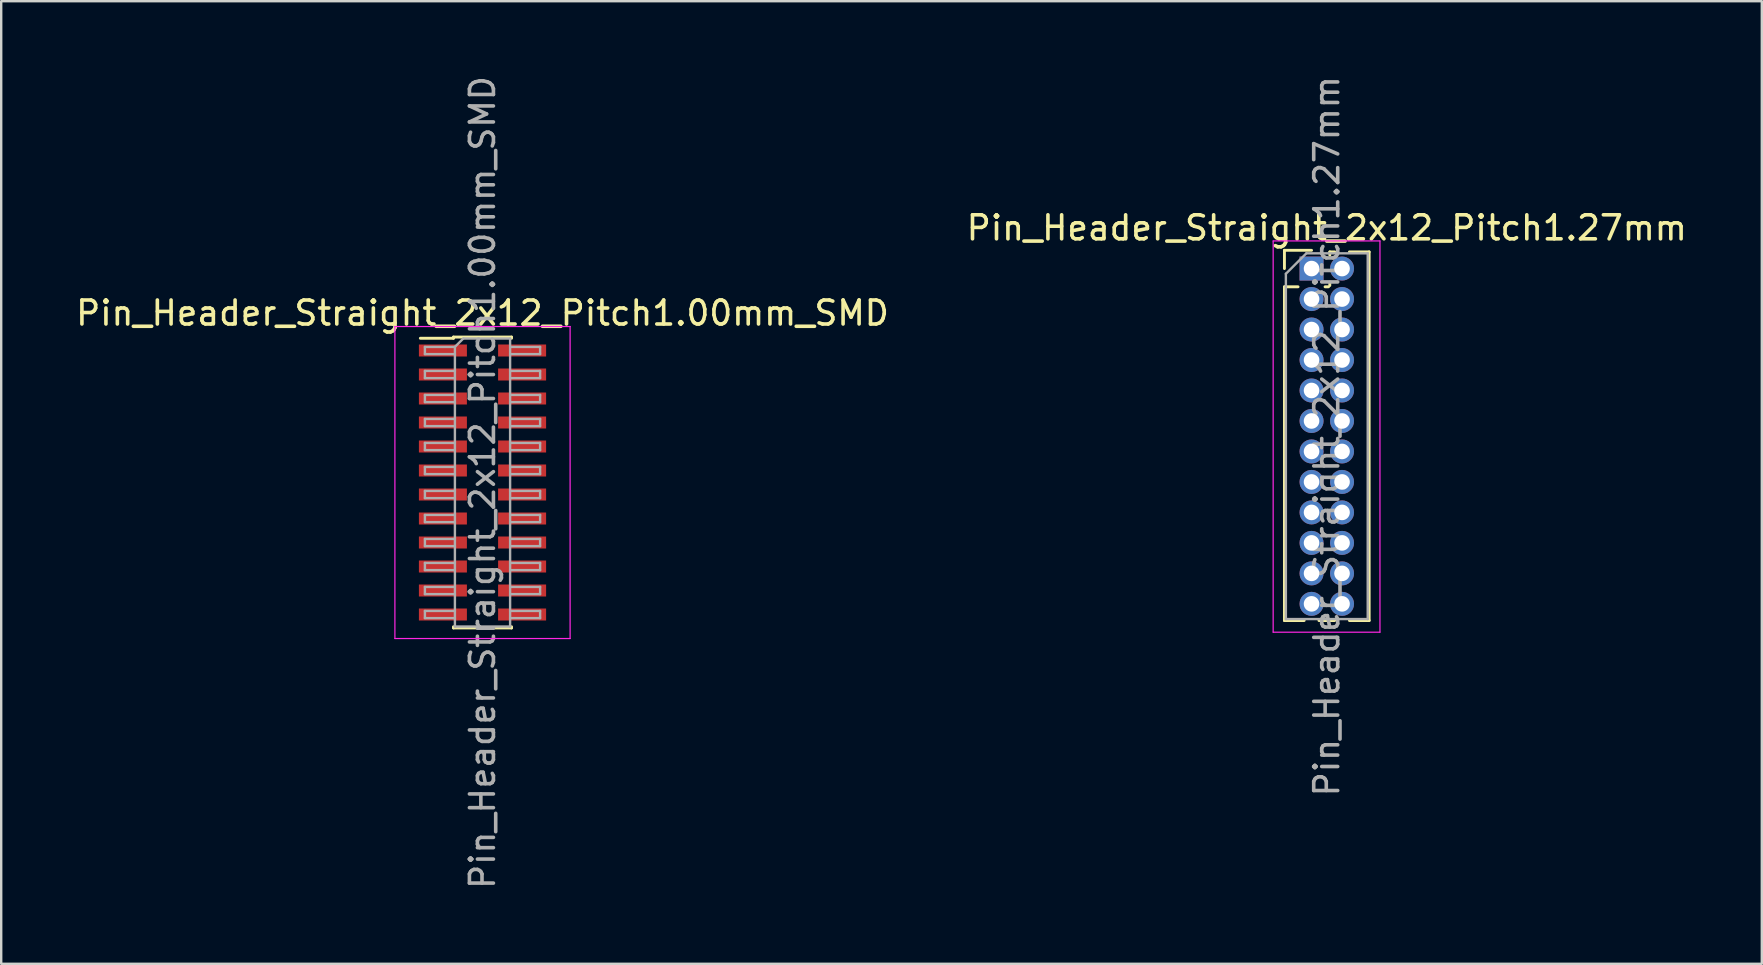
<source format=kicad_pcb>
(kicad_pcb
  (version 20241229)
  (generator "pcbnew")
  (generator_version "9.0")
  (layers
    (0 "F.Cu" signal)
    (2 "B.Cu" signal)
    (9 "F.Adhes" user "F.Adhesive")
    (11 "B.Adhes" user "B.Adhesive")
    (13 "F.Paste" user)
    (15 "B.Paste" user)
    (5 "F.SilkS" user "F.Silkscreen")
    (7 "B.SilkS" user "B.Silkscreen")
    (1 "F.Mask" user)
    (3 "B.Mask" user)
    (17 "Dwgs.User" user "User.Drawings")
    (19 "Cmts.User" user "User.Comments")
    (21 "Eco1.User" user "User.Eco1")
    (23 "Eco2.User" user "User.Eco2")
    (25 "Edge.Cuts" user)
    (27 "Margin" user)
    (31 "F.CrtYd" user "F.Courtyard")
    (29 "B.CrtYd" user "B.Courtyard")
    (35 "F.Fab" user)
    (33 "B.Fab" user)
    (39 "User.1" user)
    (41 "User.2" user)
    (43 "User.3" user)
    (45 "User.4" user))
  (footprint "Pin_Header_Straight_2x12_Pitch1.00mm_SMD"
    (layer "F.Cu")
    (at 17.054 17.054)
    (property "Reference" "Pin_Header_Straight_2x12_Pitch1.00mm_SMD" (at 0 -7.06 0) (layer "F.SilkS") (effects (font (size 1 1) (thickness 0.15))))
    (attr smd)
    (fp_line (start -2.59 -6.01) (end -1.21 -6.01) (stroke (width 0.12) (type solid)) (layer "F.SilkS"))
    (fp_line (start -1.21 -6.06) (end -1.21 -6.01) (stroke (width 0.12) (type solid)) (layer "F.SilkS"))
    (fp_line (start -1.21 -6.06) (end 1.21 -6.06) (stroke (width 0.12) (type solid)) (layer "F.SilkS"))
    (fp_line (start -1.21 6.01) (end -1.21 6.06) (stroke (width 0.12) (type solid)) (layer "F.SilkS"))
    (fp_line (start -1.21 6.06) (end 1.21 6.06) (stroke (width 0.12) (type solid)) (layer "F.SilkS"))
    (fp_line (start 1.21 -6.06) (end 1.21 -6.01) (stroke (width 0.12) (type solid)) (layer "F.SilkS"))
    (fp_line (start 1.21 6.01) (end 1.21 6.06) (stroke (width 0.12) (type solid)) (layer "F.SilkS"))
    (fp_line (start -3.65 -6.5) (end -3.65 6.5) (stroke (width 0.05) (type solid)) (layer "F.CrtYd"))
    (fp_line (start -3.65 6.5) (end 3.65 6.5) (stroke (width 0.05) (type solid)) (layer "F.CrtYd"))
    (fp_line (start 3.65 -6.5) (end -3.65 -6.5) (stroke (width 0.05) (type solid)) (layer "F.CrtYd"))
    (fp_line (start 3.65 6.5) (end 3.65 -6.5) (stroke (width 0.05) (type solid)) (layer "F.CrtYd"))
    (fp_line (start -2.4 -5.65) (end -2.4 -5.35) (stroke (width 0.1) (type solid)) (layer "F.Fab"))
    (fp_line (start -2.4 -5.35) (end -1.15 -5.35) (stroke (width 0.1) (type solid)) (layer "F.Fab"))
    (fp_line (start -2.4 -4.65) (end -2.4 -4.35) (stroke (width 0.1) (type solid)) (layer "F.Fab"))
    (fp_line (start -2.4 -4.35) (end -1.15 -4.35) (stroke (width 0.1) (type solid)) (layer "F.Fab"))
    (fp_line (start -2.4 -3.65) (end -2.4 -3.35) (stroke (width 0.1) (type solid)) (layer "F.Fab"))
    (fp_line (start -2.4 -3.35) (end -1.15 -3.35) (stroke (width 0.1) (type solid)) (layer "F.Fab"))
    (fp_line (start -2.4 -2.65) (end -2.4 -2.35) (stroke (width 0.1) (type solid)) (layer "F.Fab"))
    (fp_line (start -2.4 -2.35) (end -1.15 -2.35) (stroke (width 0.1) (type solid)) (layer "F.Fab"))
    (fp_line (start -2.4 -1.65) (end -2.4 -1.35) (stroke (width 0.1) (type solid)) (layer "F.Fab"))
    (fp_line (start -2.4 -1.35) (end -1.15 -1.35) (stroke (width 0.1) (type solid)) (layer "F.Fab"))
    (fp_line (start -2.4 -0.65) (end -2.4 -0.35) (stroke (width 0.1) (type solid)) (layer "F.Fab"))
    (fp_line (start -2.4 -0.35) (end -1.15 -0.35) (stroke (width 0.1) (type solid)) (layer "F.Fab"))
    (fp_line (start -2.4 0.35) (end -2.4 0.65) (stroke (width 0.1) (type solid)) (layer "F.Fab"))
    (fp_line (start -2.4 0.65) (end -1.15 0.65) (stroke (width 0.1) (type solid)) (layer "F.Fab"))
    (fp_line (start -2.4 1.35) (end -2.4 1.65) (stroke (width 0.1) (type solid)) (layer "F.Fab"))
    (fp_line (start -2.4 1.65) (end -1.15 1.65) (stroke (width 0.1) (type solid)) (layer "F.Fab"))
    (fp_line (start -2.4 2.35) (end -2.4 2.65) (stroke (width 0.1) (type solid)) (layer "F.Fab"))
    (fp_line (start -2.4 2.65) (end -1.15 2.65) (stroke (width 0.1) (type solid)) (layer "F.Fab"))
    (fp_line (start -2.4 3.35) (end -2.4 3.65) (stroke (width 0.1) (type solid)) (layer "F.Fab"))
    (fp_line (start -2.4 3.65) (end -1.15 3.65) (stroke (width 0.1) (type solid)) (layer "F.Fab"))
    (fp_line (start -2.4 4.35) (end -2.4 4.65) (stroke (width 0.1) (type solid)) (layer "F.Fab"))
    (fp_line (start -2.4 4.65) (end -1.15 4.65) (stroke (width 0.1) (type solid)) (layer "F.Fab"))
    (fp_line (start -2.4 5.35) (end -2.4 5.65) (stroke (width 0.1) (type solid)) (layer "F.Fab"))
    (fp_line (start -2.4 5.65) (end -1.15 5.65) (stroke (width 0.1) (type solid)) (layer "F.Fab"))
    (fp_line (start -1.15 -5.65) (end -2.4 -5.65) (stroke (width 0.1) (type solid)) (layer "F.Fab"))
    (fp_line (start -1.15 -5.65) (end -0.8 -6) (stroke (width 0.1) (type solid)) (layer "F.Fab"))
    (fp_line (start -1.15 -4.65) (end -2.4 -4.65) (stroke (width 0.1) (type solid)) (layer "F.Fab"))
    (fp_line (start -1.15 -3.65) (end -2.4 -3.65) (stroke (width 0.1) (type solid)) (layer "F.Fab"))
    (fp_line (start -1.15 -2.65) (end -2.4 -2.65) (stroke (width 0.1) (type solid)) (layer "F.Fab"))
    (fp_line (start -1.15 -1.65) (end -2.4 -1.65) (stroke (width 0.1) (type solid)) (layer "F.Fab"))
    (fp_line (start -1.15 -0.65) (end -2.4 -0.65) (stroke (width 0.1) (type solid)) (layer "F.Fab"))
    (fp_line (start -1.15 0.35) (end -2.4 0.35) (stroke (width 0.1) (type solid)) (layer "F.Fab"))
    (fp_line (start -1.15 1.35) (end -2.4 1.35) (stroke (width 0.1) (type solid)) (layer "F.Fab"))
    (fp_line (start -1.15 2.35) (end -2.4 2.35) (stroke (width 0.1) (type solid)) (layer "F.Fab"))
    (fp_line (start -1.15 3.35) (end -2.4 3.35) (stroke (width 0.1) (type solid)) (layer "F.Fab"))
    (fp_line (start -1.15 4.35) (end -2.4 4.35) (stroke (width 0.1) (type solid)) (layer "F.Fab"))
    (fp_line (start -1.15 5.35) (end -2.4 5.35) (stroke (width 0.1) (type solid)) (layer "F.Fab"))
    (fp_line (start -1.15 6) (end -1.15 -5.65) (stroke (width 0.1) (type solid)) (layer "F.Fab"))
    (fp_line (start -0.8 -6) (end 1.15 -6) (stroke (width 0.1) (type solid)) (layer "F.Fab"))
    (fp_line (start 1.15 -6) (end 1.15 6) (stroke (width 0.1) (type solid)) (layer "F.Fab"))
    (fp_line (start 1.15 -5.65) (end 2.4 -5.65) (stroke (width 0.1) (type solid)) (layer "F.Fab"))
    (fp_line (start 1.15 -4.65) (end 2.4 -4.65) (stroke (width 0.1) (type solid)) (layer "F.Fab"))
    (fp_line (start 1.15 -3.65) (end 2.4 -3.65) (stroke (width 0.1) (type solid)) (layer "F.Fab"))
    (fp_line (start 1.15 -2.65) (end 2.4 -2.65) (stroke (width 0.1) (type solid)) (layer "F.Fab"))
    (fp_line (start 1.15 -1.65) (end 2.4 -1.65) (stroke (width 0.1) (type solid)) (layer "F.Fab"))
    (fp_line (start 1.15 -0.65) (end 2.4 -0.65) (stroke (width 0.1) (type solid)) (layer "F.Fab"))
    (fp_line (start 1.15 0.35) (end 2.4 0.35) (stroke (width 0.1) (type solid)) (layer "F.Fab"))
    (fp_line (start 1.15 1.35) (end 2.4 1.35) (stroke (width 0.1) (type solid)) (layer "F.Fab"))
    (fp_line (start 1.15 2.35) (end 2.4 2.35) (stroke (width 0.1) (type solid)) (layer "F.Fab"))
    (fp_line (start 1.15 3.35) (end 2.4 3.35) (stroke (width 0.1) (type solid)) (layer "F.Fab"))
    (fp_line (start 1.15 4.35) (end 2.4 4.35) (stroke (width 0.1) (type solid)) (layer "F.Fab"))
    (fp_line (start 1.15 5.35) (end 2.4 5.35) (stroke (width 0.1) (type solid)) (layer "F.Fab"))
    (fp_line (start 1.15 6) (end -1.15 6) (stroke (width 0.1) (type solid)) (layer "F.Fab"))
    (fp_line (start 2.4 -5.65) (end 2.4 -5.35) (stroke (width 0.1) (type solid)) (layer "F.Fab"))
    (fp_line (start 2.4 -5.35) (end 1.15 -5.35) (stroke (width 0.1) (type solid)) (layer "F.Fab"))
    (fp_line (start 2.4 -4.65) (end 2.4 -4.35) (stroke (width 0.1) (type solid)) (layer "F.Fab"))
    (fp_line (start 2.4 -4.35) (end 1.15 -4.35) (stroke (width 0.1) (type solid)) (layer "F.Fab"))
    (fp_line (start 2.4 -3.65) (end 2.4 -3.35) (stroke (width 0.1) (type solid)) (layer "F.Fab"))
    (fp_line (start 2.4 -3.35) (end 1.15 -3.35) (stroke (width 0.1) (type solid)) (layer "F.Fab"))
    (fp_line (start 2.4 -2.65) (end 2.4 -2.35) (stroke (width 0.1) (type solid)) (layer "F.Fab"))
    (fp_line (start 2.4 -2.35) (end 1.15 -2.35) (stroke (width 0.1) (type solid)) (layer "F.Fab"))
    (fp_line (start 2.4 -1.65) (end 2.4 -1.35) (stroke (width 0.1) (type solid)) (layer "F.Fab"))
    (fp_line (start 2.4 -1.35) (end 1.15 -1.35) (stroke (width 0.1) (type solid)) (layer "F.Fab"))
    (fp_line (start 2.4 -0.65) (end 2.4 -0.35) (stroke (width 0.1) (type solid)) (layer "F.Fab"))
    (fp_line (start 2.4 -0.35) (end 1.15 -0.35) (stroke (width 0.1) (type solid)) (layer "F.Fab"))
    (fp_line (start 2.4 0.35) (end 2.4 0.65) (stroke (width 0.1) (type solid)) (layer "F.Fab"))
    (fp_line (start 2.4 0.65) (end 1.15 0.65) (stroke (width 0.1) (type solid)) (layer "F.Fab"))
    (fp_line (start 2.4 1.35) (end 2.4 1.65) (stroke (width 0.1) (type solid)) (layer "F.Fab"))
    (fp_line (start 2.4 1.65) (end 1.15 1.65) (stroke (width 0.1) (type solid)) (layer "F.Fab"))
    (fp_line (start 2.4 2.35) (end 2.4 2.65) (stroke (width 0.1) (type solid)) (layer "F.Fab"))
    (fp_line (start 2.4 2.65) (end 1.15 2.65) (stroke (width 0.1) (type solid)) (layer "F.Fab"))
    (fp_line (start 2.4 3.35) (end 2.4 3.65) (stroke (width 0.1) (type solid)) (layer "F.Fab"))
    (fp_line (start 2.4 3.65) (end 1.15 3.65) (stroke (width 0.1) (type solid)) (layer "F.Fab"))
    (fp_line (start 2.4 4.35) (end 2.4 4.65) (stroke (width 0.1) (type solid)) (layer "F.Fab"))
    (fp_line (start 2.4 4.65) (end 1.15 4.65) (stroke (width 0.1) (type solid)) (layer "F.Fab"))
    (fp_line (start 2.4 5.35) (end 2.4 5.65) (stroke (width 0.1) (type solid)) (layer "F.Fab"))
    (fp_line (start 2.4 5.65) (end 1.15 5.65) (stroke (width 0.1) (type solid)) (layer "F.Fab"))
    (fp_text user "${REFERENCE}" (at 0 0 90) (layer "F.Fab") (effects (font (size 1 1) (thickness 0.15))))
    (pad "1" smd rect (at -1.65 -5.5) (size 2 0.5) (layers "F.Cu" "F.Mask" "F.Paste"))
    (pad "2" smd rect (at 1.65 -5.5) (size 2 0.5) (layers "F.Cu" "F.Mask" "F.Paste"))
    (pad "3" smd rect (at -1.65 -4.5) (size 2 0.5) (layers "F.Cu" "F.Mask" "F.Paste"))
    (pad "4" smd rect (at 1.65 -4.5) (size 2 0.5) (layers "F.Cu" "F.Mask" "F.Paste"))
    (pad "5" smd rect (at -1.65 -3.5) (size 2 0.5) (layers "F.Cu" "F.Mask" "F.Paste"))
    (pad "6" smd rect (at 1.65 -3.5) (size 2 0.5) (layers "F.Cu" "F.Mask" "F.Paste"))
    (pad "7" smd rect (at -1.65 -2.5) (size 2 0.5) (layers "F.Cu" "F.Mask" "F.Paste"))
    (pad "8" smd rect (at 1.65 -2.5) (size 2 0.5) (layers "F.Cu" "F.Mask" "F.Paste"))
    (pad "9" smd rect (at -1.65 -1.5) (size 2 0.5) (layers "F.Cu" "F.Mask" "F.Paste"))
    (pad "10" smd rect (at 1.65 -1.5) (size 2 0.5) (layers "F.Cu" "F.Mask" "F.Paste"))
    (pad "11" smd rect (at -1.65 -0.5) (size 2 0.5) (layers "F.Cu" "F.Mask" "F.Paste"))
    (pad "12" smd rect (at 1.65 -0.5) (size 2 0.5) (layers "F.Cu" "F.Mask" "F.Paste"))
    (pad "13" smd rect (at -1.65 0.5) (size 2 0.5) (layers "F.Cu" "F.Mask" "F.Paste"))
    (pad "14" smd rect (at 1.65 0.5) (size 2 0.5) (layers "F.Cu" "F.Mask" "F.Paste"))
    (pad "15" smd rect (at -1.65 1.5) (size 2 0.5) (layers "F.Cu" "F.Mask" "F.Paste"))
    (pad "16" smd rect (at 1.65 1.5) (size 2 0.5) (layers "F.Cu" "F.Mask" "F.Paste"))
    (pad "17" smd rect (at -1.65 2.5) (size 2 0.5) (layers "F.Cu" "F.Mask" "F.Paste"))
    (pad "18" smd rect (at 1.65 2.5) (size 2 0.5) (layers "F.Cu" "F.Mask" "F.Paste"))
    (pad "19" smd rect (at -1.65 3.5) (size 2 0.5) (layers "F.Cu" "F.Mask" "F.Paste"))
    (pad "20" smd rect (at 1.65 3.5) (size 2 0.5) (layers "F.Cu" "F.Mask" "F.Paste"))
    (pad "21" smd rect (at -1.65 4.5) (size 2 0.5) (layers "F.Cu" "F.Mask" "F.Paste"))
    (pad "22" smd rect (at 1.65 4.5) (size 2 0.5) (layers "F.Cu" "F.Mask" "F.Paste"))
    (pad "23" smd rect (at -1.65 5.5) (size 2 0.5) (layers "F.Cu" "F.Mask" "F.Paste"))
    (pad "24" smd rect (at 1.65 5.5) (size 2 0.5) (layers "F.Cu" "F.Mask" "F.Paste")))
  (footprint "Pin_Header_Straight_2x12_Pitch1.27mm"
    (layer "F.Cu")
    (at 51.597 8.14)
    (property "Reference" "Pin_Header_Straight_2x12_Pitch1.27mm" (at 0.635 -1.695 0) (layer "F.SilkS") (effects (font (size 1 1) (thickness 0.15))))
    (attr through_hole)
    (fp_line (start -1.13 -0.76) (end 0 -0.76) (stroke (width 0.12) (type solid)) (layer "F.SilkS"))
    (fp_line (start -1.13 0) (end -1.13 -0.76) (stroke (width 0.12) (type solid)) (layer "F.SilkS"))
    (fp_line (start -1.13 0.76) (end -1.13 14.665) (stroke (width 0.12) (type solid)) (layer "F.SilkS"))
    (fp_line (start -1.13 0.76) (end -0.563 0.76) (stroke (width 0.12) (type solid)) (layer "F.SilkS"))
    (fp_line (start -1.13 14.665) (end -0.308 14.665) (stroke (width 0.12) (type solid)) (layer "F.SilkS"))
    (fp_line (start 0.308 14.665) (end 0.962 14.665) (stroke (width 0.12) (type solid)) (layer "F.SilkS"))
    (fp_line (start 0.563 0.76) (end 0.707 0.76) (stroke (width 0.12) (type solid)) (layer "F.SilkS"))
    (fp_line (start 0.76 -0.695) (end 0.962 -0.695) (stroke (width 0.12) (type solid)) (layer "F.SilkS"))
    (fp_line (start 0.76 -0.563) (end 0.76 -0.695) (stroke (width 0.12) (type solid)) (layer "F.SilkS"))
    (fp_line (start 0.76 0.707) (end 0.76 0.563) (stroke (width 0.12) (type solid)) (layer "F.SilkS"))
    (fp_line (start 1.578 -0.695) (end 2.4 -0.695) (stroke (width 0.12) (type solid)) (layer "F.SilkS"))
    (fp_line (start 1.578 14.665) (end 2.4 14.665) (stroke (width 0.12) (type solid)) (layer "F.SilkS"))
    (fp_line (start 2.4 -0.695) (end 2.4 14.665) (stroke (width 0.12) (type solid)) (layer "F.SilkS"))
    (fp_line (start -1.6 -1.15) (end -1.6 15.15) (stroke (width 0.05) (type solid)) (layer "F.CrtYd"))
    (fp_line (start -1.6 15.15) (end 2.85 15.15) (stroke (width 0.05) (type solid)) (layer "F.CrtYd"))
    (fp_line (start 2.85 -1.15) (end -1.6 -1.15) (stroke (width 0.05) (type solid)) (layer "F.CrtYd"))
    (fp_line (start 2.85 15.15) (end 2.85 -1.15) (stroke (width 0.05) (type solid)) (layer "F.CrtYd"))
    (fp_line (start -1.07 0.217) (end -0.217 -0.635) (stroke (width 0.1) (type solid)) (layer "F.Fab"))
    (fp_line (start -1.07 14.605) (end -1.07 0.217) (stroke (width 0.1) (type solid)) (layer "F.Fab"))
    (fp_line (start -0.217 -0.635) (end 2.34 -0.635) (stroke (width 0.1) (type solid)) (layer "F.Fab"))
    (fp_line (start 2.34 -0.635) (end 2.34 14.605) (stroke (width 0.1) (type solid)) (layer "F.Fab"))
    (fp_line (start 2.34 14.605) (end -1.07 14.605) (stroke (width 0.1) (type solid)) (layer "F.Fab"))
    (fp_text user "${REFERENCE}" (at 0.635 6.985 90) (layer "F.Fab") (effects (font (size 1 1) (thickness 0.15))))
    (pad "1" thru_hole rect (at 0 0) (size 1 1) (drill 0.65) (layers "*.Cu" "*.Mask"))
    (pad "2" thru_hole oval (at 1.27 0) (size 1 1) (drill 0.65) (layers "*.Cu" "*.Mask"))
    (pad "3" thru_hole oval (at 0 1.27) (size 1 1) (drill 0.65) (layers "*.Cu" "*.Mask"))
    (pad "4" thru_hole oval (at 1.27 1.27) (size 1 1) (drill 0.65) (layers "*.Cu" "*.Mask"))
    (pad "5" thru_hole oval (at 0 2.54) (size 1 1) (drill 0.65) (layers "*.Cu" "*.Mask"))
    (pad "6" thru_hole oval (at 1.27 2.54) (size 1 1) (drill 0.65) (layers "*.Cu" "*.Mask"))
    (pad "7" thru_hole oval (at 0 3.81) (size 1 1) (drill 0.65) (layers "*.Cu" "*.Mask"))
    (pad "8" thru_hole oval (at 1.27 3.81) (size 1 1) (drill 0.65) (layers "*.Cu" "*.Mask"))
    (pad "9" thru_hole oval (at 0 5.08) (size 1 1) (drill 0.65) (layers "*.Cu" "*.Mask"))
    (pad "10" thru_hole oval (at 1.27 5.08) (size 1 1) (drill 0.65) (layers "*.Cu" "*.Mask"))
    (pad "11" thru_hole oval (at 0 6.35) (size 1 1) (drill 0.65) (layers "*.Cu" "*.Mask"))
    (pad "12" thru_hole oval (at 1.27 6.35) (size 1 1) (drill 0.65) (layers "*.Cu" "*.Mask"))
    (pad "13" thru_hole oval (at 0 7.62) (size 1 1) (drill 0.65) (layers "*.Cu" "*.Mask"))
    (pad "14" thru_hole oval (at 1.27 7.62) (size 1 1) (drill 0.65) (layers "*.Cu" "*.Mask"))
    (pad "15" thru_hole oval (at 0 8.89) (size 1 1) (drill 0.65) (layers "*.Cu" "*.Mask"))
    (pad "16" thru_hole oval (at 1.27 8.89) (size 1 1) (drill 0.65) (layers "*.Cu" "*.Mask"))
    (pad "17" thru_hole oval (at 0 10.16) (size 1 1) (drill 0.65) (layers "*.Cu" "*.Mask"))
    (pad "18" thru_hole oval (at 1.27 10.16) (size 1 1) (drill 0.65) (layers "*.Cu" "*.Mask"))
    (pad "19" thru_hole oval (at 0 11.43) (size 1 1) (drill 0.65) (layers "*.Cu" "*.Mask"))
    (pad "20" thru_hole oval (at 1.27 11.43) (size 1 1) (drill 0.65) (layers "*.Cu" "*.Mask"))
    (pad "21" thru_hole oval (at 0 12.7) (size 1 1) (drill 0.65) (layers "*.Cu" "*.Mask"))
    (pad "22" thru_hole oval (at 1.27 12.7) (size 1 1) (drill 0.65) (layers "*.Cu" "*.Mask"))
    (pad "23" thru_hole oval (at 0 13.97) (size 1 1) (drill 0.65) (layers "*.Cu" "*.Mask"))
    (pad "24" thru_hole oval (at 1.27 13.97) (size 1 1) (drill 0.65) (layers "*.Cu" "*.Mask")))
  (gr_rect
    (start -3 -3)
    (end 70.357 37.107)
    (stroke (width 0.1) (type default))
    (fill no)
    (layer "Edge.Cuts")))
</source>
